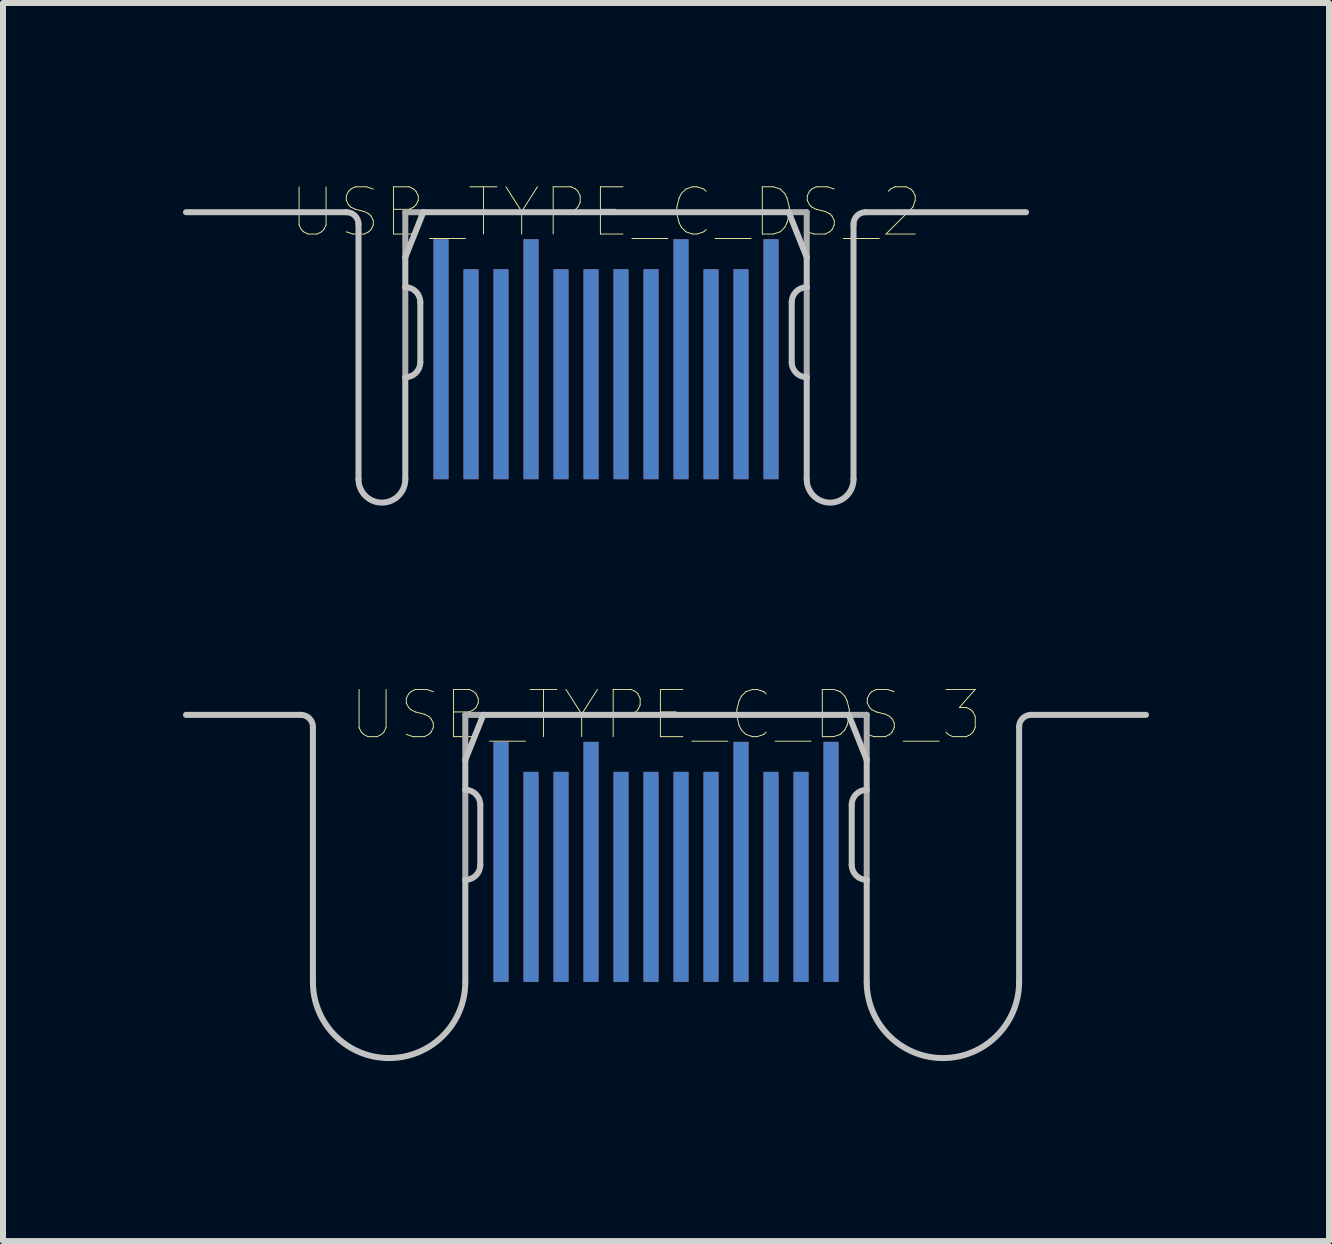
<source format=kicad_pcb>
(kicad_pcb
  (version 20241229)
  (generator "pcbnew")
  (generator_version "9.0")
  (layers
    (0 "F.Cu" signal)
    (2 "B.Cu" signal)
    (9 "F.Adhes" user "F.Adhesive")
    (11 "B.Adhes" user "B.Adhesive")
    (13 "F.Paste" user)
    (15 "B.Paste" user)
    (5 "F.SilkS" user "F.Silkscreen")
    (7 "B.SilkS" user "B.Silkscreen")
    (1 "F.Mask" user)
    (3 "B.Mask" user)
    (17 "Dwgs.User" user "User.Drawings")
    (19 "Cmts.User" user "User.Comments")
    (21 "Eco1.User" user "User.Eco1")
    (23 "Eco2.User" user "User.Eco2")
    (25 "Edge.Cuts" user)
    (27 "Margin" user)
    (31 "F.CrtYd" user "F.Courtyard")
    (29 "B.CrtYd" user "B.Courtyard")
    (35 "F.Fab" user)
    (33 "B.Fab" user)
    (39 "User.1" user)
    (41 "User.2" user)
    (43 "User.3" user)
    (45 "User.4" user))
  (footprint "USB_TYPE_C_DS_2"
    (layer "F.Cu")
    (at 7.05 0.487)
    (property "Reference" "USB_TYPE_C_DS_2" (at 0 0 0) (layer "F.SilkS") (effects (font (size 0.787 0.787) (thickness 0.015))))
    (attr through_hole)
    (fp_line (start -7 0) (end -4.325 0) (stroke (width 0.1) (type solid)) (layer "Dwgs.User"))
    (fp_line (start -4.125 0.2) (end -4.125 4.45) (stroke (width 0.1) (type solid)) (layer "Dwgs.User"))
    (fp_line (start -3.345 0.75) (end -3.345 1.25) (stroke (width 0.1) (type solid)) (layer "Dwgs.User"))
    (fp_line (start -3.345 2.75) (end -3.345 4.45) (stroke (width 0.1) (type solid)) (layer "Dwgs.User"))
    (fp_line (start -3.095 1.5) (end -3.095 2.5) (stroke (width 0.1) (type solid)) (layer "Dwgs.User"))
    (fp_line (start -3.045 0) (end -3.345 0.75) (stroke (width 0.1) (type solid)) (layer "Dwgs.User"))
    (fp_line (start -3.045 0) (end 3.045 0) (stroke (width 0.1) (type solid)) (layer "Dwgs.User"))
    (fp_line (start 3.045 0) (end 3.345 0.75) (stroke (width 0.1) (type solid)) (layer "Dwgs.User"))
    (fp_line (start 3.095 1.5) (end 3.095 2.5) (stroke (width 0.1) (type solid)) (layer "Dwgs.User"))
    (fp_line (start 3.345 0.75) (end 3.345 1.25) (stroke (width 0.1) (type solid)) (layer "Dwgs.User"))
    (fp_line (start 3.345 2.75) (end 3.345 4.45) (stroke (width 0.1) (type solid)) (layer "Dwgs.User"))
    (fp_line (start 4.125 0.2) (end 4.125 4.45) (stroke (width 0.1) (type solid)) (layer "Dwgs.User"))
    (fp_line (start 7 0) (end 4.325 0) (stroke (width 0.1) (type solid)) (layer "Dwgs.User"))
    (fp_arc (start -4.325 0) (mid -4.183579 0.058579) (end -4.125 0.2) (stroke (width 0.1) (type solid)) (layer "Dwgs.User"))
    (fp_arc (start -3.345 1.25) (mid -3.168223 1.323223) (end -3.095 1.5) (stroke (width 0.1) (type solid)) (layer "Dwgs.User"))
    (fp_arc (start -3.345 4.45) (mid -3.735 4.84) (end -4.125 4.45) (stroke (width 0.1) (type solid)) (layer "Dwgs.User"))
    (fp_arc (start -3.095 2.5) (mid -3.168223 2.676777) (end -3.345 2.75) (stroke (width 0.1) (type solid)) (layer "Dwgs.User"))
    (fp_arc (start 3.095 1.5) (mid 3.168223 1.323223) (end 3.345 1.25) (stroke (width 0.1) (type solid)) (layer "Dwgs.User"))
    (fp_arc (start 3.345 2.75) (mid 3.168223 2.676777) (end 3.095 2.5) (stroke (width 0.1) (type solid)) (layer "Dwgs.User"))
    (fp_arc (start 4.125 0.2) (mid 4.183579 0.058579) (end 4.325 0) (stroke (width 0.1) (type solid)) (layer "Dwgs.User"))
    (fp_arc (start 4.125 4.45) (mid 3.735 4.84) (end 3.345 4.45) (stroke (width 0.1) (type solid)) (layer "Dwgs.User"))
    (fp_line (start -3.345 0) (end -3.345 0.75) (stroke (width 0.1) (type solid)) (layer "F.Fab"))
    (fp_line (start -3.345 0) (end -3.045 0) (stroke (width 0.1) (type solid)) (layer "F.Fab"))
    (fp_line (start -3.345 1.25) (end -3.345 2.75) (stroke (width 0.1) (type solid)) (layer "F.Fab"))
    (fp_line (start 3.045 0) (end 3.345 0) (stroke (width 0.1) (type solid)) (layer "F.Fab"))
    (fp_line (start 3.345 0) (end 3.345 0.75) (stroke (width 0.1) (type solid)) (layer "F.Fab"))
    (fp_line (start 3.345 1.25) (end 3.345 2.75) (stroke (width 0.1) (type solid)) (layer "F.Fab"))
    (pad "A1" smd rect (at 2.75 2.45) (size 0.25 4) (layers "F.Cu" "F.Mask" "F.Paste"))
    (pad "A2" smd rect (at 2.25 2.7) (size 0.25 3.5) (layers "F.Cu" "F.Mask" "F.Paste"))
    (pad "A3" smd rect (at 1.75 2.7) (size 0.25 3.5) (layers "F.Cu" "F.Mask" "F.Paste"))
    (pad "A4" smd rect (at 1.25 2.45) (size 0.25 4) (layers "F.Cu" "F.Mask" "F.Paste"))
    (pad "A5" smd rect (at 0.75 2.7) (size 0.25 3.5) (layers "F.Cu" "F.Mask" "F.Paste"))
    (pad "A6" smd rect (at 0.25 2.7) (size 0.25 3.5) (layers "F.Cu" "F.Mask" "F.Paste"))
    (pad "A7" smd rect (at -0.25 2.7) (size 0.25 3.5) (layers "F.Cu" "F.Mask" "F.Paste"))
    (pad "A8" smd rect (at -0.75 2.7) (size 0.25 3.5) (layers "F.Cu" "F.Mask" "F.Paste"))
    (pad "A9" smd rect (at -1.25 2.45) (size 0.25 4) (layers "F.Cu" "F.Mask" "F.Paste"))
    (pad "A10" smd rect (at -1.75 2.7) (size 0.25 3.5) (layers "F.Cu" "F.Mask" "F.Paste"))
    (pad "A11" smd rect (at -2.25 2.7) (size 0.25 3.5) (layers "F.Cu" "F.Mask" "F.Paste"))
    (pad "A12" smd rect (at -2.75 2.45) (size 0.25 4) (layers "F.Cu" "F.Mask" "F.Paste"))
    (pad "B1" smd rect (at -2.75 2.45) (size 0.25 4) (layers "B.Cu" "B.Mask" "B.Paste"))
    (pad "B2" smd rect (at -2.25 2.7) (size 0.25 3.5) (layers "B.Cu" "B.Mask" "B.Paste"))
    (pad "B3" smd rect (at -1.75 2.7) (size 0.25 3.5) (layers "B.Cu" "B.Mask" "B.Paste"))
    (pad "B4" smd rect (at -1.25 2.45) (size 0.25 4) (layers "B.Cu" "B.Mask" "B.Paste"))
    (pad "B5" smd rect (at -0.75 2.7) (size 0.25 3.5) (layers "B.Cu" "B.Mask" "B.Paste"))
    (pad "B6" smd rect (at -0.25 2.7) (size 0.25 3.5) (layers "B.Cu" "B.Mask" "B.Paste"))
    (pad "B7" smd rect (at 0.25 2.7) (size 0.25 3.5) (layers "B.Cu" "B.Mask" "B.Paste"))
    (pad "B8" smd rect (at 0.75 2.7) (size 0.25 3.5) (layers "B.Cu" "B.Mask" "B.Paste"))
    (pad "B9" smd rect (at 1.25 2.45) (size 0.25 4) (layers "B.Cu" "B.Mask" "B.Paste"))
    (pad "B10" smd rect (at 1.75 2.7) (size 0.25 3.5) (layers "B.Cu" "B.Mask" "B.Paste"))
    (pad "B11" smd rect (at 2.25 2.7) (size 0.25 3.5) (layers "B.Cu" "B.Mask" "B.Paste"))
    (pad "B12" smd rect (at 2.75 2.45) (size 0.25 4) (layers "B.Cu" "B.Mask" "B.Paste")))
  (footprint "USB_TYPE_C_DS_3"
    (layer "F.Cu")
    (at 8.05 8.864)
    (property "Reference" "USB_TYPE_C_DS_3" (at 0 0 0) (layer "F.SilkS") (effects (font (size 0.787 0.787) (thickness 0.015))))
    (attr through_hole)
    (fp_line (start -8 0) (end -6.085 0) (stroke (width 0.1) (type solid)) (layer "Dwgs.User"))
    (fp_line (start -5.885 0.2) (end -5.885 4.45) (stroke (width 0.1) (type solid)) (layer "Dwgs.User"))
    (fp_line (start -3.345 0.75) (end -3.345 1.25) (stroke (width 0.1) (type solid)) (layer "Dwgs.User"))
    (fp_line (start -3.345 2.75) (end -3.345 4.45) (stroke (width 0.1) (type solid)) (layer "Dwgs.User"))
    (fp_line (start -3.095 1.5) (end -3.095 2.5) (stroke (width 0.1) (type solid)) (layer "Dwgs.User"))
    (fp_line (start -3.045 0) (end -3.345 0.75) (stroke (width 0.1) (type solid)) (layer "Dwgs.User"))
    (fp_line (start -3.045 0) (end 3.045 0) (stroke (width 0.1) (type solid)) (layer "Dwgs.User"))
    (fp_line (start 3.045 0) (end 3.345 0.75) (stroke (width 0.1) (type solid)) (layer "Dwgs.User"))
    (fp_line (start 3.095 1.5) (end 3.095 2.5) (stroke (width 0.1) (type solid)) (layer "Dwgs.User"))
    (fp_line (start 3.345 0.75) (end 3.345 1.25) (stroke (width 0.1) (type solid)) (layer "Dwgs.User"))
    (fp_line (start 3.345 2.75) (end 3.345 4.45) (stroke (width 0.1) (type solid)) (layer "Dwgs.User"))
    (fp_line (start 5.885 0.2) (end 5.885 4.45) (stroke (width 0.1) (type solid)) (layer "Dwgs.User"))
    (fp_line (start 8 0) (end 6.085 0) (stroke (width 0.1) (type solid)) (layer "Dwgs.User"))
    (fp_arc (start -6.085 0) (mid -5.943579 0.058579) (end -5.885 0.2) (stroke (width 0.1) (type solid)) (layer "Dwgs.User"))
    (fp_arc (start -3.345 1.25) (mid -3.168223 1.323223) (end -3.095 1.5) (stroke (width 0.1) (type solid)) (layer "Dwgs.User"))
    (fp_arc (start -3.345 4.45) (mid -4.615 5.72) (end -5.885 4.45) (stroke (width 0.1) (type solid)) (layer "Dwgs.User"))
    (fp_arc (start -3.095 2.5) (mid -3.168223 2.676777) (end -3.345 2.75) (stroke (width 0.1) (type solid)) (layer "Dwgs.User"))
    (fp_arc (start 3.095 1.5) (mid 3.168223 1.323223) (end 3.345 1.25) (stroke (width 0.1) (type solid)) (layer "Dwgs.User"))
    (fp_arc (start 3.345 2.75) (mid 3.168223 2.676777) (end 3.095 2.5) (stroke (width 0.1) (type solid)) (layer "Dwgs.User"))
    (fp_arc (start 5.885 0.2) (mid 5.943579 0.058579) (end 6.085 0) (stroke (width 0.1) (type solid)) (layer "Dwgs.User"))
    (fp_arc (start 5.885 4.45) (mid 4.615 5.72) (end 3.345 4.45) (stroke (width 0.1) (type solid)) (layer "Dwgs.User"))
    (fp_line (start -3.345 0) (end -3.345 0.75) (stroke (width 0.1) (type solid)) (layer "F.Fab"))
    (fp_line (start -3.345 0) (end -3.045 0) (stroke (width 0.1) (type solid)) (layer "F.Fab"))
    (fp_line (start -3.345 1.25) (end -3.345 2.75) (stroke (width 0.1) (type solid)) (layer "F.Fab"))
    (fp_line (start 3.045 0) (end 3.345 0) (stroke (width 0.1) (type solid)) (layer "F.Fab"))
    (fp_line (start 3.345 0) (end 3.345 0.75) (stroke (width 0.1) (type solid)) (layer "F.Fab"))
    (fp_line (start 3.345 1.25) (end 3.345 2.75) (stroke (width 0.1) (type solid)) (layer "F.Fab"))
    (pad "A1" smd rect (at 2.75 2.45) (size 0.25 4) (layers "F.Cu" "F.Mask" "F.Paste"))
    (pad "A2" smd rect (at 2.25 2.7) (size 0.25 3.5) (layers "F.Cu" "F.Mask" "F.Paste"))
    (pad "A3" smd rect (at 1.75 2.7) (size 0.25 3.5) (layers "F.Cu" "F.Mask" "F.Paste"))
    (pad "A4" smd rect (at 1.25 2.45) (size 0.25 4) (layers "F.Cu" "F.Mask" "F.Paste"))
    (pad "A5" smd rect (at 0.75 2.7) (size 0.25 3.5) (layers "F.Cu" "F.Mask" "F.Paste"))
    (pad "A6" smd rect (at 0.25 2.7) (size 0.25 3.5) (layers "F.Cu" "F.Mask" "F.Paste"))
    (pad "A7" smd rect (at -0.25 2.7) (size 0.25 3.5) (layers "F.Cu" "F.Mask" "F.Paste"))
    (pad "A8" smd rect (at -0.75 2.7) (size 0.25 3.5) (layers "F.Cu" "F.Mask" "F.Paste"))
    (pad "A9" smd rect (at -1.25 2.45) (size 0.25 4) (layers "F.Cu" "F.Mask" "F.Paste"))
    (pad "A10" smd rect (at -1.75 2.7) (size 0.25 3.5) (layers "F.Cu" "F.Mask" "F.Paste"))
    (pad "A11" smd rect (at -2.25 2.7) (size 0.25 3.5) (layers "F.Cu" "F.Mask" "F.Paste"))
    (pad "A12" smd rect (at -2.75 2.45) (size 0.25 4) (layers "F.Cu" "F.Mask" "F.Paste"))
    (pad "B1" smd rect (at -2.75 2.45) (size 0.25 4) (layers "B.Cu" "B.Mask" "B.Paste"))
    (pad "B2" smd rect (at -2.25 2.7) (size 0.25 3.5) (layers "B.Cu" "B.Mask" "B.Paste"))
    (pad "B3" smd rect (at -1.75 2.7) (size 0.25 3.5) (layers "B.Cu" "B.Mask" "B.Paste"))
    (pad "B4" smd rect (at -1.25 2.45) (size 0.25 4) (layers "B.Cu" "B.Mask" "B.Paste"))
    (pad "B5" smd rect (at -0.75 2.7) (size 0.25 3.5) (layers "B.Cu" "B.Mask" "B.Paste"))
    (pad "B6" smd rect (at -0.25 2.7) (size 0.25 3.5) (layers "B.Cu" "B.Mask" "B.Paste"))
    (pad "B7" smd rect (at 0.25 2.7) (size 0.25 3.5) (layers "B.Cu" "B.Mask" "B.Paste"))
    (pad "B8" smd rect (at 0.75 2.7) (size 0.25 3.5) (layers "B.Cu" "B.Mask" "B.Paste"))
    (pad "B9" smd rect (at 1.25 2.45) (size 0.25 4) (layers "B.Cu" "B.Mask" "B.Paste"))
    (pad "B10" smd rect (at 1.75 2.7) (size 0.25 3.5) (layers "B.Cu" "B.Mask" "B.Paste"))
    (pad "B11" smd rect (at 2.25 2.7) (size 0.25 3.5) (layers "B.Cu" "B.Mask" "B.Paste"))
    (pad "B12" smd rect (at 2.75 2.45) (size 0.25 4) (layers "B.Cu" "B.Mask" "B.Paste")))
  (gr_rect
    (start -3 -3)
    (end 19.1 17.634)
    (stroke (width 0.1) (type default))
    (fill no)
    (layer "Edge.Cuts")))
</source>
